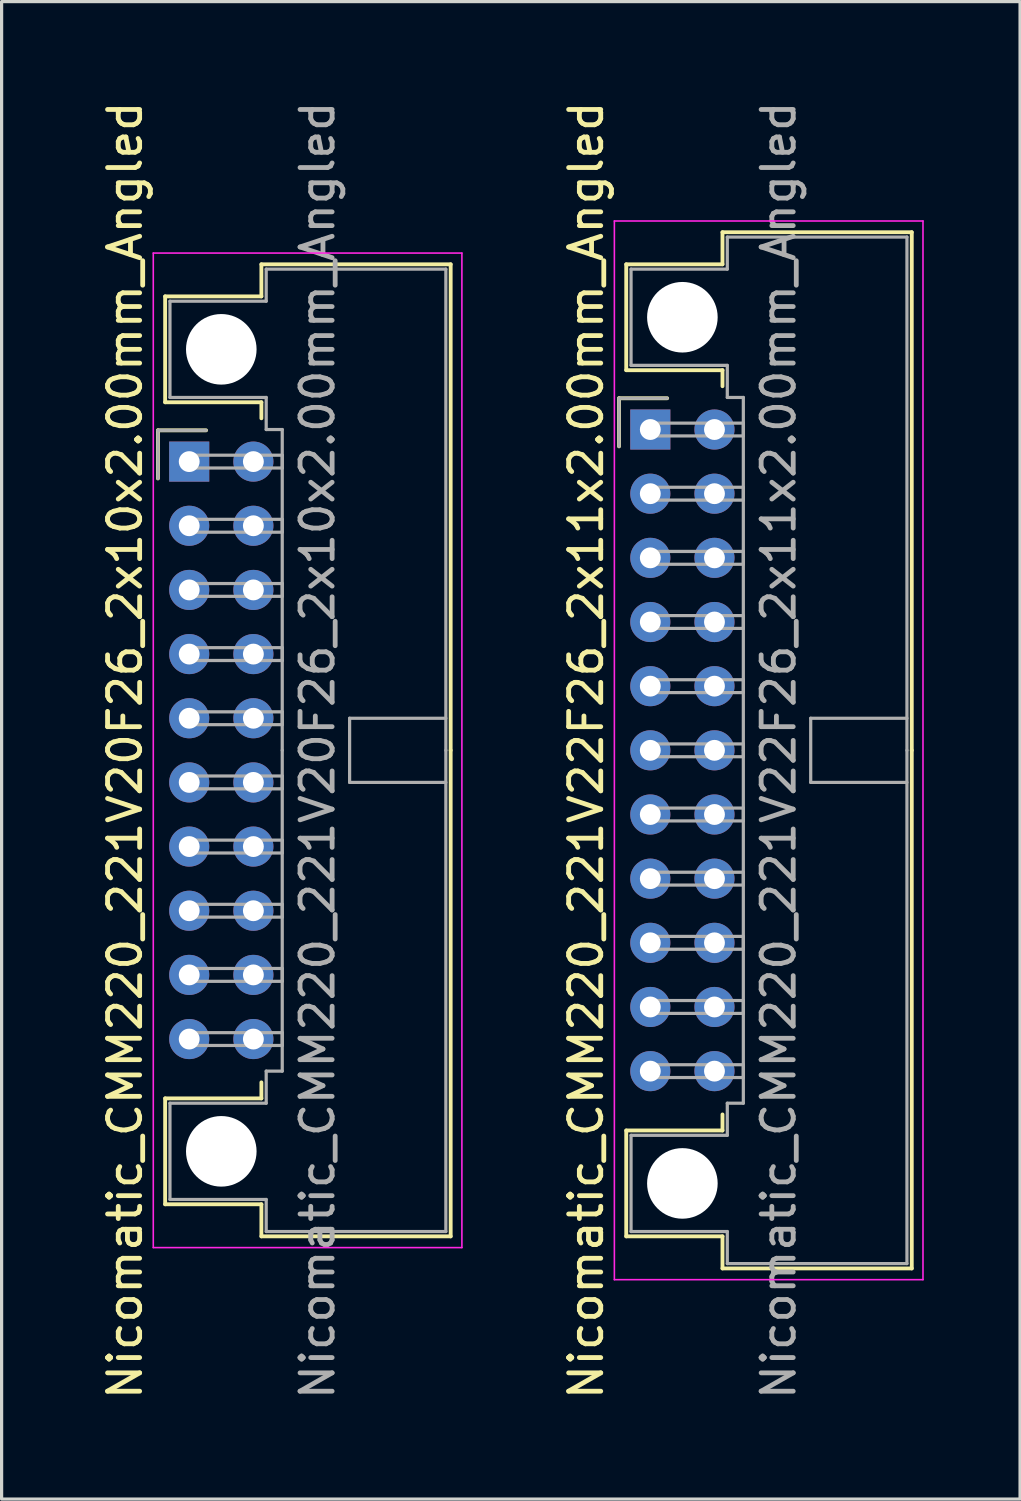
<source format=kicad_pcb>
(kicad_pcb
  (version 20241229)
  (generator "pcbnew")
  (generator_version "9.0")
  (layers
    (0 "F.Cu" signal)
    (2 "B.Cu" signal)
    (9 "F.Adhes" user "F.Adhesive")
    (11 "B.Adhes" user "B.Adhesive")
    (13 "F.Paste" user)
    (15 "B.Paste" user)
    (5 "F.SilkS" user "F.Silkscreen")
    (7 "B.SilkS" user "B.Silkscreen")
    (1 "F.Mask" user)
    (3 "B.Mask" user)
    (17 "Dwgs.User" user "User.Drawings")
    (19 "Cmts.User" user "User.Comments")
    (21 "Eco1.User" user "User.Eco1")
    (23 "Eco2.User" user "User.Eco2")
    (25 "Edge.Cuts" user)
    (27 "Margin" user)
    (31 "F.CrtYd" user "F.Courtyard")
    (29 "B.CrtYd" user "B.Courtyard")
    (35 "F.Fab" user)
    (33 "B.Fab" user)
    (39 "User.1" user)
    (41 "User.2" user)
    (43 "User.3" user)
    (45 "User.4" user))
  (footprint "Nicomatic_CMM220_221V22F26_2x11x2.00mm_Angled"
    (layer "F.Cu")
    (at 17.221 10.339)
    (property "Reference" "Nicomatic_CMM220_221V22F26_2x11x2.00mm_Angled" (at -2 10 90) (layer "F.SilkS") (effects (font (size 1 1) (thickness 0.15))))
    (attr through_hole)
    (fp_line (start -0.975 -0.975) (end -0.975 0.525) (stroke (width 0.12) (type solid)) (layer "F.SilkS"))
    (fp_line (start -0.75 -5.15) (end -0.75 -1.85) (stroke (width 0.12) (type solid)) (layer "F.SilkS"))
    (fp_line (start -0.75 -1.85) (end 2.25 -1.85) (stroke (width 0.12) (type solid)) (layer "F.SilkS"))
    (fp_line (start -0.75 21.85) (end 2.25 21.85) (stroke (width 0.12) (type solid)) (layer "F.SilkS"))
    (fp_line (start -0.75 25.15) (end -0.75 21.85) (stroke (width 0.12) (type solid)) (layer "F.SilkS"))
    (fp_line (start 0.525 -0.975) (end -0.975 -0.975) (stroke (width 0.12) (type solid)) (layer "F.SilkS"))
    (fp_line (start 2.25 -6.15) (end 2.25 -5.15) (stroke (width 0.12) (type solid)) (layer "F.SilkS"))
    (fp_line (start 2.25 -5.15) (end -0.75 -5.15) (stroke (width 0.12) (type solid)) (layer "F.SilkS"))
    (fp_line (start 2.25 -1.85) (end 2.25 -1.35) (stroke (width 0.12) (type solid)) (layer "F.SilkS"))
    (fp_line (start 2.25 21.85) (end 2.25 21.35) (stroke (width 0.12) (type solid)) (layer "F.SilkS"))
    (fp_line (start 2.25 25.15) (end -0.75 25.15) (stroke (width 0.12) (type solid)) (layer "F.SilkS"))
    (fp_line (start 2.25 26.15) (end 2.25 25.15) (stroke (width 0.12) (type solid)) (layer "F.SilkS"))
    (fp_line (start 8.15 -6.15) (end 2.25 -6.15) (stroke (width 0.12) (type solid)) (layer "F.SilkS"))
    (fp_line (start 8.15 10) (end 8.15 -6.15) (stroke (width 0.12) (type solid)) (layer "F.SilkS"))
    (fp_line (start 8.15 10) (end 8.15 26.15) (stroke (width 0.12) (type solid)) (layer "F.SilkS"))
    (fp_line (start 8.15 26.15) (end 2.25 26.15) (stroke (width 0.12) (type solid)) (layer "F.SilkS"))
    (fp_line (start -1.12 -6.5) (end -1.12 26.5) (stroke (width 0.05) (type solid)) (layer "F.CrtYd"))
    (fp_line (start -1.12 26.5) (end 8.5 26.5) (stroke (width 0.05) (type solid)) (layer "F.CrtYd"))
    (fp_line (start 8.5 -6.5) (end -1.12 -6.5) (stroke (width 0.05) (type solid)) (layer "F.CrtYd"))
    (fp_line (start 8.5 26.5) (end 8.5 -6.5) (stroke (width 0.05) (type solid)) (layer "F.CrtYd"))
    (fp_line (start -0.975 -0.975) (end -0.975 0.525) (stroke (width 0.1) (type solid)) (layer "F.Fab"))
    (fp_line (start -0.6 -5) (end -0.6 -2) (stroke (width 0.1) (type solid)) (layer "F.Fab"))
    (fp_line (start -0.6 -2) (end 2.4 -2) (stroke (width 0.1) (type solid)) (layer "F.Fab"))
    (fp_line (start -0.6 22) (end 2.4 22) (stroke (width 0.1) (type solid)) (layer "F.Fab"))
    (fp_line (start -0.6 25) (end -0.6 22) (stroke (width 0.1) (type solid)) (layer "F.Fab"))
    (fp_line (start 0 -0.2) (end 0 0.2) (stroke (width 0.1) (type solid)) (layer "F.Fab"))
    (fp_line (start 0 0.2) (end 2.9 0.2) (stroke (width 0.1) (type solid)) (layer "F.Fab"))
    (fp_line (start 0 1.8) (end 0 2.2) (stroke (width 0.1) (type solid)) (layer "F.Fab"))
    (fp_line (start 0 2.2) (end 2.9 2.2) (stroke (width 0.1) (type solid)) (layer "F.Fab"))
    (fp_line (start 0 3.8) (end 0 4.2) (stroke (width 0.1) (type solid)) (layer "F.Fab"))
    (fp_line (start 0 4.2) (end 2.9 4.2) (stroke (width 0.1) (type solid)) (layer "F.Fab"))
    (fp_line (start 0 5.8) (end 0 6.2) (stroke (width 0.1) (type solid)) (layer "F.Fab"))
    (fp_line (start 0 6.2) (end 2.9 6.2) (stroke (width 0.1) (type solid)) (layer "F.Fab"))
    (fp_line (start 0 7.8) (end 0 8.2) (stroke (width 0.1) (type solid)) (layer "F.Fab"))
    (fp_line (start 0 8.2) (end 2.9 8.2) (stroke (width 0.1) (type solid)) (layer "F.Fab"))
    (fp_line (start 0 9.8) (end 0 10.2) (stroke (width 0.1) (type solid)) (layer "F.Fab"))
    (fp_line (start 0 10.2) (end 2.9 10.2) (stroke (width 0.1) (type solid)) (layer "F.Fab"))
    (fp_line (start 0 11.8) (end 0 12.2) (stroke (width 0.1) (type solid)) (layer "F.Fab"))
    (fp_line (start 0 12.2) (end 2.9 12.2) (stroke (width 0.1) (type solid)) (layer "F.Fab"))
    (fp_line (start 0 13.8) (end 0 14.2) (stroke (width 0.1) (type solid)) (layer "F.Fab"))
    (fp_line (start 0 14.2) (end 2.9 14.2) (stroke (width 0.1) (type solid)) (layer "F.Fab"))
    (fp_line (start 0 15.8) (end 0 16.2) (stroke (width 0.1) (type solid)) (layer "F.Fab"))
    (fp_line (start 0 16.2) (end 2.9 16.2) (stroke (width 0.1) (type solid)) (layer "F.Fab"))
    (fp_line (start 0 17.8) (end 0 18.2) (stroke (width 0.1) (type solid)) (layer "F.Fab"))
    (fp_line (start 0 18.2) (end 2.9 18.2) (stroke (width 0.1) (type solid)) (layer "F.Fab"))
    (fp_line (start 0 19.8) (end 0 20.2) (stroke (width 0.1) (type solid)) (layer "F.Fab"))
    (fp_line (start 0 20.2) (end 2.9 20.2) (stroke (width 0.1) (type solid)) (layer "F.Fab"))
    (fp_line (start 0.525 -0.975) (end -0.975 -0.975) (stroke (width 0.1) (type solid)) (layer "F.Fab"))
    (fp_line (start 2.4 -6) (end 2.4 -5) (stroke (width 0.1) (type solid)) (layer "F.Fab"))
    (fp_line (start 2.4 -5) (end -0.6 -5) (stroke (width 0.1) (type solid)) (layer "F.Fab"))
    (fp_line (start 2.4 -2) (end 2.4 -1) (stroke (width 0.1) (type solid)) (layer "F.Fab"))
    (fp_line (start 2.4 -1) (end 2.9 -1) (stroke (width 0.1) (type solid)) (layer "F.Fab"))
    (fp_line (start 2.4 21) (end 2.9 21) (stroke (width 0.1) (type solid)) (layer "F.Fab"))
    (fp_line (start 2.4 22) (end 2.4 21) (stroke (width 0.1) (type solid)) (layer "F.Fab"))
    (fp_line (start 2.4 25) (end -0.6 25) (stroke (width 0.1) (type solid)) (layer "F.Fab"))
    (fp_line (start 2.4 26) (end 2.4 25) (stroke (width 0.1) (type solid)) (layer "F.Fab"))
    (fp_line (start 2.9 -1) (end 2.9 10) (stroke (width 0.1) (type solid)) (layer "F.Fab"))
    (fp_line (start 2.9 -0.2) (end 0 -0.2) (stroke (width 0.1) (type solid)) (layer "F.Fab"))
    (fp_line (start 2.9 0.2) (end 2.9 -0.2) (stroke (width 0.1) (type solid)) (layer "F.Fab"))
    (fp_line (start 2.9 1.8) (end 0 1.8) (stroke (width 0.1) (type solid)) (layer "F.Fab"))
    (fp_line (start 2.9 2.2) (end 2.9 1.8) (stroke (width 0.1) (type solid)) (layer "F.Fab"))
    (fp_line (start 2.9 3.8) (end 0 3.8) (stroke (width 0.1) (type solid)) (layer "F.Fab"))
    (fp_line (start 2.9 4.2) (end 2.9 3.8) (stroke (width 0.1) (type solid)) (layer "F.Fab"))
    (fp_line (start 2.9 5.8) (end 0 5.8) (stroke (width 0.1) (type solid)) (layer "F.Fab"))
    (fp_line (start 2.9 6.2) (end 2.9 5.8) (stroke (width 0.1) (type solid)) (layer "F.Fab"))
    (fp_line (start 2.9 7.8) (end 0 7.8) (stroke (width 0.1) (type solid)) (layer "F.Fab"))
    (fp_line (start 2.9 8.2) (end 2.9 7.8) (stroke (width 0.1) (type solid)) (layer "F.Fab"))
    (fp_line (start 2.9 9.8) (end 0 9.8) (stroke (width 0.1) (type solid)) (layer "F.Fab"))
    (fp_line (start 2.9 10.2) (end 2.9 9.8) (stroke (width 0.1) (type solid)) (layer "F.Fab"))
    (fp_line (start 2.9 11.8) (end 0 11.8) (stroke (width 0.1) (type solid)) (layer "F.Fab"))
    (fp_line (start 2.9 12.2) (end 2.9 11.8) (stroke (width 0.1) (type solid)) (layer "F.Fab"))
    (fp_line (start 2.9 13.8) (end 0 13.8) (stroke (width 0.1) (type solid)) (layer "F.Fab"))
    (fp_line (start 2.9 14.2) (end 2.9 13.8) (stroke (width 0.1) (type solid)) (layer "F.Fab"))
    (fp_line (start 2.9 15.8) (end 0 15.8) (stroke (width 0.1) (type solid)) (layer "F.Fab"))
    (fp_line (start 2.9 16.2) (end 2.9 15.8) (stroke (width 0.1) (type solid)) (layer "F.Fab"))
    (fp_line (start 2.9 17.8) (end 0 17.8) (stroke (width 0.1) (type solid)) (layer "F.Fab"))
    (fp_line (start 2.9 18.2) (end 2.9 17.8) (stroke (width 0.1) (type solid)) (layer "F.Fab"))
    (fp_line (start 2.9 19.8) (end 0 19.8) (stroke (width 0.1) (type solid)) (layer "F.Fab"))
    (fp_line (start 2.9 20.2) (end 2.9 19.8) (stroke (width 0.1) (type solid)) (layer "F.Fab"))
    (fp_line (start 2.9 21) (end 2.9 10) (stroke (width 0.1) (type solid)) (layer "F.Fab"))
    (fp_line (start 5 9) (end 5 11) (stroke (width 0.1) (type solid)) (layer "F.Fab"))
    (fp_line (start 5 11) (end 8 11) (stroke (width 0.1) (type solid)) (layer "F.Fab"))
    (fp_line (start 8 -6) (end 2.4 -6) (stroke (width 0.1) (type solid)) (layer "F.Fab"))
    (fp_line (start 8 9) (end 5 9) (stroke (width 0.1) (type solid)) (layer "F.Fab"))
    (fp_line (start 8 10) (end 8 -6) (stroke (width 0.1) (type solid)) (layer "F.Fab"))
    (fp_line (start 8 10) (end 8 26) (stroke (width 0.1) (type solid)) (layer "F.Fab"))
    (fp_line (start 8 26) (end 2.4 26) (stroke (width 0.1) (type solid)) (layer "F.Fab"))
    (fp_text user "${REFERENCE}" (at 4 10 90) (layer "F.Fab") (effects (font (size 1 1) (thickness 0.15))))
    (pad "" np_thru_hole circle (at 1 -3.5) (size 2.2 2.2) (drill 2.2) (layers "*.Cu" "*.Mask"))
    (pad "" np_thru_hole circle (at 1 23.5) (size 2.2 2.2) (drill 2.2) (layers "*.Cu" "*.Mask"))
    (pad "1" thru_hole rect (at 0 0) (size 1.25 1.25) (drill 0.65) (layers "*.Cu" "*.Mask"))
    (pad "2" thru_hole oval (at 0 2) (size 1.25 1.25) (drill 0.65) (layers "*.Cu" "*.Mask"))
    (pad "3" thru_hole oval (at 0 4) (size 1.25 1.25) (drill 0.65) (layers "*.Cu" "*.Mask"))
    (pad "4" thru_hole oval (at 0 6) (size 1.25 1.25) (drill 0.65) (layers "*.Cu" "*.Mask"))
    (pad "5" thru_hole oval (at 0 8) (size 1.25 1.25) (drill 0.65) (layers "*.Cu" "*.Mask"))
    (pad "6" thru_hole oval (at 0 10) (size 1.25 1.25) (drill 0.65) (layers "*.Cu" "*.Mask"))
    (pad "7" thru_hole oval (at 0 12) (size 1.25 1.25) (drill 0.65) (layers "*.Cu" "*.Mask"))
    (pad "8" thru_hole oval (at 0 14) (size 1.25 1.25) (drill 0.65) (layers "*.Cu" "*.Mask"))
    (pad "9" thru_hole oval (at 0 16) (size 1.25 1.25) (drill 0.65) (layers "*.Cu" "*.Mask"))
    (pad "10" thru_hole oval (at 0 18) (size 1.25 1.25) (drill 0.65) (layers "*.Cu" "*.Mask"))
    (pad "11" thru_hole oval (at 0 20) (size 1.25 1.25) (drill 0.65) (layers "*.Cu" "*.Mask"))
    (pad "12" thru_hole oval (at 2 0) (size 1.25 1.25) (drill 0.65) (layers "*.Cu" "*.Mask"))
    (pad "13" thru_hole oval (at 2 2) (size 1.25 1.25) (drill 0.65) (layers "*.Cu" "*.Mask"))
    (pad "14" thru_hole oval (at 2 4) (size 1.25 1.25) (drill 0.65) (layers "*.Cu" "*.Mask"))
    (pad "15" thru_hole oval (at 2 6) (size 1.25 1.25) (drill 0.65) (layers "*.Cu" "*.Mask"))
    (pad "16" thru_hole oval (at 2 8) (size 1.25 1.25) (drill 0.65) (layers "*.Cu" "*.Mask"))
    (pad "17" thru_hole oval (at 2 10) (size 1.25 1.25) (drill 0.65) (layers "*.Cu" "*.Mask"))
    (pad "18" thru_hole oval (at 2 12) (size 1.25 1.25) (drill 0.65) (layers "*.Cu" "*.Mask"))
    (pad "19" thru_hole oval (at 2 14) (size 1.25 1.25) (drill 0.65) (layers "*.Cu" "*.Mask"))
    (pad "20" thru_hole oval (at 2 16) (size 1.25 1.25) (drill 0.65) (layers "*.Cu" "*.Mask"))
    (pad "21" thru_hole oval (at 2 18) (size 1.25 1.25) (drill 0.65) (layers "*.Cu" "*.Mask"))
    (pad "22" thru_hole oval (at 2 20) (size 1.25 1.25) (drill 0.65) (layers "*.Cu" "*.Mask")))
  (footprint "Nicomatic_CMM220_221V20F26_2x10x2.00mm_Angled"
    (layer "F.Cu")
    (at 2.848 11.339)
    (property "Reference" "Nicomatic_CMM220_221V20F26_2x10x2.00mm_Angled" (at -2 9 90) (layer "F.SilkS") (effects (font (size 1 1) (thickness 0.15))))
    (attr through_hole)
    (fp_line (start -0.975 -0.975) (end -0.975 0.525) (stroke (width 0.12) (type solid)) (layer "F.SilkS"))
    (fp_line (start -0.75 -5.15) (end -0.75 -1.85) (stroke (width 0.12) (type solid)) (layer "F.SilkS"))
    (fp_line (start -0.75 -1.85) (end 2.25 -1.85) (stroke (width 0.12) (type solid)) (layer "F.SilkS"))
    (fp_line (start -0.75 19.85) (end 2.25 19.85) (stroke (width 0.12) (type solid)) (layer "F.SilkS"))
    (fp_line (start -0.75 23.15) (end -0.75 19.85) (stroke (width 0.12) (type solid)) (layer "F.SilkS"))
    (fp_line (start 0.525 -0.975) (end -0.975 -0.975) (stroke (width 0.12) (type solid)) (layer "F.SilkS"))
    (fp_line (start 2.25 -6.15) (end 2.25 -5.15) (stroke (width 0.12) (type solid)) (layer "F.SilkS"))
    (fp_line (start 2.25 -5.15) (end -0.75 -5.15) (stroke (width 0.12) (type solid)) (layer "F.SilkS"))
    (fp_line (start 2.25 -1.85) (end 2.25 -1.35) (stroke (width 0.12) (type solid)) (layer "F.SilkS"))
    (fp_line (start 2.25 19.85) (end 2.25 19.35) (stroke (width 0.12) (type solid)) (layer "F.SilkS"))
    (fp_line (start 2.25 23.15) (end -0.75 23.15) (stroke (width 0.12) (type solid)) (layer "F.SilkS"))
    (fp_line (start 2.25 24.15) (end 2.25 23.15) (stroke (width 0.12) (type solid)) (layer "F.SilkS"))
    (fp_line (start 8.15 -6.15) (end 2.25 -6.15) (stroke (width 0.12) (type solid)) (layer "F.SilkS"))
    (fp_line (start 8.15 9) (end 8.15 -6.15) (stroke (width 0.12) (type solid)) (layer "F.SilkS"))
    (fp_line (start 8.15 9) (end 8.15 24.15) (stroke (width 0.12) (type solid)) (layer "F.SilkS"))
    (fp_line (start 8.15 24.15) (end 2.25 24.15) (stroke (width 0.12) (type solid)) (layer "F.SilkS"))
    (fp_line (start -1.12 -6.5) (end -1.12 24.5) (stroke (width 0.05) (type solid)) (layer "F.CrtYd"))
    (fp_line (start -1.12 24.5) (end 8.5 24.5) (stroke (width 0.05) (type solid)) (layer "F.CrtYd"))
    (fp_line (start 8.5 -6.5) (end -1.12 -6.5) (stroke (width 0.05) (type solid)) (layer "F.CrtYd"))
    (fp_line (start 8.5 24.5) (end 8.5 -6.5) (stroke (width 0.05) (type solid)) (layer "F.CrtYd"))
    (fp_line (start -0.975 -0.975) (end -0.975 0.525) (stroke (width 0.1) (type solid)) (layer "F.Fab"))
    (fp_line (start -0.6 -5) (end -0.6 -2) (stroke (width 0.1) (type solid)) (layer "F.Fab"))
    (fp_line (start -0.6 -2) (end 2.4 -2) (stroke (width 0.1) (type solid)) (layer "F.Fab"))
    (fp_line (start -0.6 20) (end 2.4 20) (stroke (width 0.1) (type solid)) (layer "F.Fab"))
    (fp_line (start -0.6 23) (end -0.6 20) (stroke (width 0.1) (type solid)) (layer "F.Fab"))
    (fp_line (start 0 -0.2) (end 0 0.2) (stroke (width 0.1) (type solid)) (layer "F.Fab"))
    (fp_line (start 0 0.2) (end 2.9 0.2) (stroke (width 0.1) (type solid)) (layer "F.Fab"))
    (fp_line (start 0 1.8) (end 0 2.2) (stroke (width 0.1) (type solid)) (layer "F.Fab"))
    (fp_line (start 0 2.2) (end 2.9 2.2) (stroke (width 0.1) (type solid)) (layer "F.Fab"))
    (fp_line (start 0 3.8) (end 0 4.2) (stroke (width 0.1) (type solid)) (layer "F.Fab"))
    (fp_line (start 0 4.2) (end 2.9 4.2) (stroke (width 0.1) (type solid)) (layer "F.Fab"))
    (fp_line (start 0 5.8) (end 0 6.2) (stroke (width 0.1) (type solid)) (layer "F.Fab"))
    (fp_line (start 0 6.2) (end 2.9 6.2) (stroke (width 0.1) (type solid)) (layer "F.Fab"))
    (fp_line (start 0 7.8) (end 0 8.2) (stroke (width 0.1) (type solid)) (layer "F.Fab"))
    (fp_line (start 0 8.2) (end 2.9 8.2) (stroke (width 0.1) (type solid)) (layer "F.Fab"))
    (fp_line (start 0 9.8) (end 0 10.2) (stroke (width 0.1) (type solid)) (layer "F.Fab"))
    (fp_line (start 0 10.2) (end 2.9 10.2) (stroke (width 0.1) (type solid)) (layer "F.Fab"))
    (fp_line (start 0 11.8) (end 0 12.2) (stroke (width 0.1) (type solid)) (layer "F.Fab"))
    (fp_line (start 0 12.2) (end 2.9 12.2) (stroke (width 0.1) (type solid)) (layer "F.Fab"))
    (fp_line (start 0 13.8) (end 0 14.2) (stroke (width 0.1) (type solid)) (layer "F.Fab"))
    (fp_line (start 0 14.2) (end 2.9 14.2) (stroke (width 0.1) (type solid)) (layer "F.Fab"))
    (fp_line (start 0 15.8) (end 0 16.2) (stroke (width 0.1) (type solid)) (layer "F.Fab"))
    (fp_line (start 0 16.2) (end 2.9 16.2) (stroke (width 0.1) (type solid)) (layer "F.Fab"))
    (fp_line (start 0 17.8) (end 0 18.2) (stroke (width 0.1) (type solid)) (layer "F.Fab"))
    (fp_line (start 0 18.2) (end 2.9 18.2) (stroke (width 0.1) (type solid)) (layer "F.Fab"))
    (fp_line (start 0.525 -0.975) (end -0.975 -0.975) (stroke (width 0.1) (type solid)) (layer "F.Fab"))
    (fp_line (start 2.4 -6) (end 2.4 -5) (stroke (width 0.1) (type solid)) (layer "F.Fab"))
    (fp_line (start 2.4 -5) (end -0.6 -5) (stroke (width 0.1) (type solid)) (layer "F.Fab"))
    (fp_line (start 2.4 -2) (end 2.4 -1) (stroke (width 0.1) (type solid)) (layer "F.Fab"))
    (fp_line (start 2.4 -1) (end 2.9 -1) (stroke (width 0.1) (type solid)) (layer "F.Fab"))
    (fp_line (start 2.4 19) (end 2.9 19) (stroke (width 0.1) (type solid)) (layer "F.Fab"))
    (fp_line (start 2.4 20) (end 2.4 19) (stroke (width 0.1) (type solid)) (layer "F.Fab"))
    (fp_line (start 2.4 23) (end -0.6 23) (stroke (width 0.1) (type solid)) (layer "F.Fab"))
    (fp_line (start 2.4 24) (end 2.4 23) (stroke (width 0.1) (type solid)) (layer "F.Fab"))
    (fp_line (start 2.9 -1) (end 2.9 9) (stroke (width 0.1) (type solid)) (layer "F.Fab"))
    (fp_line (start 2.9 -0.2) (end 0 -0.2) (stroke (width 0.1) (type solid)) (layer "F.Fab"))
    (fp_line (start 2.9 0.2) (end 2.9 -0.2) (stroke (width 0.1) (type solid)) (layer "F.Fab"))
    (fp_line (start 2.9 1.8) (end 0 1.8) (stroke (width 0.1) (type solid)) (layer "F.Fab"))
    (fp_line (start 2.9 2.2) (end 2.9 1.8) (stroke (width 0.1) (type solid)) (layer "F.Fab"))
    (fp_line (start 2.9 3.8) (end 0 3.8) (stroke (width 0.1) (type solid)) (layer "F.Fab"))
    (fp_line (start 2.9 4.2) (end 2.9 3.8) (stroke (width 0.1) (type solid)) (layer "F.Fab"))
    (fp_line (start 2.9 5.8) (end 0 5.8) (stroke (width 0.1) (type solid)) (layer "F.Fab"))
    (fp_line (start 2.9 6.2) (end 2.9 5.8) (stroke (width 0.1) (type solid)) (layer "F.Fab"))
    (fp_line (start 2.9 7.8) (end 0 7.8) (stroke (width 0.1) (type solid)) (layer "F.Fab"))
    (fp_line (start 2.9 8.2) (end 2.9 7.8) (stroke (width 0.1) (type solid)) (layer "F.Fab"))
    (fp_line (start 2.9 9.8) (end 0 9.8) (stroke (width 0.1) (type solid)) (layer "F.Fab"))
    (fp_line (start 2.9 10.2) (end 2.9 9.8) (stroke (width 0.1) (type solid)) (layer "F.Fab"))
    (fp_line (start 2.9 11.8) (end 0 11.8) (stroke (width 0.1) (type solid)) (layer "F.Fab"))
    (fp_line (start 2.9 12.2) (end 2.9 11.8) (stroke (width 0.1) (type solid)) (layer "F.Fab"))
    (fp_line (start 2.9 13.8) (end 0 13.8) (stroke (width 0.1) (type solid)) (layer "F.Fab"))
    (fp_line (start 2.9 14.2) (end 2.9 13.8) (stroke (width 0.1) (type solid)) (layer "F.Fab"))
    (fp_line (start 2.9 15.8) (end 0 15.8) (stroke (width 0.1) (type solid)) (layer "F.Fab"))
    (fp_line (start 2.9 16.2) (end 2.9 15.8) (stroke (width 0.1) (type solid)) (layer "F.Fab"))
    (fp_line (start 2.9 17.8) (end 0 17.8) (stroke (width 0.1) (type solid)) (layer "F.Fab"))
    (fp_line (start 2.9 18.2) (end 2.9 17.8) (stroke (width 0.1) (type solid)) (layer "F.Fab"))
    (fp_line (start 2.9 19) (end 2.9 9) (stroke (width 0.1) (type solid)) (layer "F.Fab"))
    (fp_line (start 5 8) (end 5 10) (stroke (width 0.1) (type solid)) (layer "F.Fab"))
    (fp_line (start 5 10) (end 8 10) (stroke (width 0.1) (type solid)) (layer "F.Fab"))
    (fp_line (start 8 -6) (end 2.4 -6) (stroke (width 0.1) (type solid)) (layer "F.Fab"))
    (fp_line (start 8 8) (end 5 8) (stroke (width 0.1) (type solid)) (layer "F.Fab"))
    (fp_line (start 8 9) (end 8 -6) (stroke (width 0.1) (type solid)) (layer "F.Fab"))
    (fp_line (start 8 9) (end 8 24) (stroke (width 0.1) (type solid)) (layer "F.Fab"))
    (fp_line (start 8 24) (end 2.4 24) (stroke (width 0.1) (type solid)) (layer "F.Fab"))
    (fp_text user "${REFERENCE}" (at 4 9 90) (layer "F.Fab") (effects (font (size 1 1) (thickness 0.15))))
    (pad "" np_thru_hole circle (at 1 -3.5) (size 2.2 2.2) (drill 2.2) (layers "*.Cu" "*.Mask"))
    (pad "" np_thru_hole circle (at 1 21.5) (size 2.2 2.2) (drill 2.2) (layers "*.Cu" "*.Mask"))
    (pad "1" thru_hole rect (at 0 0) (size 1.25 1.25) (drill 0.65) (layers "*.Cu" "*.Mask"))
    (pad "2" thru_hole oval (at 0 2) (size 1.25 1.25) (drill 0.65) (layers "*.Cu" "*.Mask"))
    (pad "3" thru_hole oval (at 0 4) (size 1.25 1.25) (drill 0.65) (layers "*.Cu" "*.Mask"))
    (pad "4" thru_hole oval (at 0 6) (size 1.25 1.25) (drill 0.65) (layers "*.Cu" "*.Mask"))
    (pad "5" thru_hole oval (at 0 8) (size 1.25 1.25) (drill 0.65) (layers "*.Cu" "*.Mask"))
    (pad "6" thru_hole oval (at 0 10) (size 1.25 1.25) (drill 0.65) (layers "*.Cu" "*.Mask"))
    (pad "7" thru_hole oval (at 0 12) (size 1.25 1.25) (drill 0.65) (layers "*.Cu" "*.Mask"))
    (pad "8" thru_hole oval (at 0 14) (size 1.25 1.25) (drill 0.65) (layers "*.Cu" "*.Mask"))
    (pad "9" thru_hole oval (at 0 16) (size 1.25 1.25) (drill 0.65) (layers "*.Cu" "*.Mask"))
    (pad "10" thru_hole oval (at 0 18) (size 1.25 1.25) (drill 0.65) (layers "*.Cu" "*.Mask"))
    (pad "11" thru_hole oval (at 2 0) (size 1.25 1.25) (drill 0.65) (layers "*.Cu" "*.Mask"))
    (pad "12" thru_hole oval (at 2 2) (size 1.25 1.25) (drill 0.65) (layers "*.Cu" "*.Mask"))
    (pad "13" thru_hole oval (at 2 4) (size 1.25 1.25) (drill 0.65) (layers "*.Cu" "*.Mask"))
    (pad "14" thru_hole oval (at 2 6) (size 1.25 1.25) (drill 0.65) (layers "*.Cu" "*.Mask"))
    (pad "15" thru_hole oval (at 2 8) (size 1.25 1.25) (drill 0.65) (layers "*.Cu" "*.Mask"))
    (pad "16" thru_hole oval (at 2 10) (size 1.25 1.25) (drill 0.65) (layers "*.Cu" "*.Mask"))
    (pad "17" thru_hole oval (at 2 12) (size 1.25 1.25) (drill 0.65) (layers "*.Cu" "*.Mask"))
    (pad "18" thru_hole oval (at 2 14) (size 1.25 1.25) (drill 0.65) (layers "*.Cu" "*.Mask"))
    (pad "19" thru_hole oval (at 2 16) (size 1.25 1.25) (drill 0.65) (layers "*.Cu" "*.Mask"))
    (pad "20" thru_hole oval (at 2 18) (size 1.25 1.25) (drill 0.65) (layers "*.Cu" "*.Mask")))
  (gr_rect
    (start -3 -3)
    (end 28.747 43.679)
    (stroke (width 0.1) (type default))
    (fill no)
    (layer "Edge.Cuts")))
</source>
